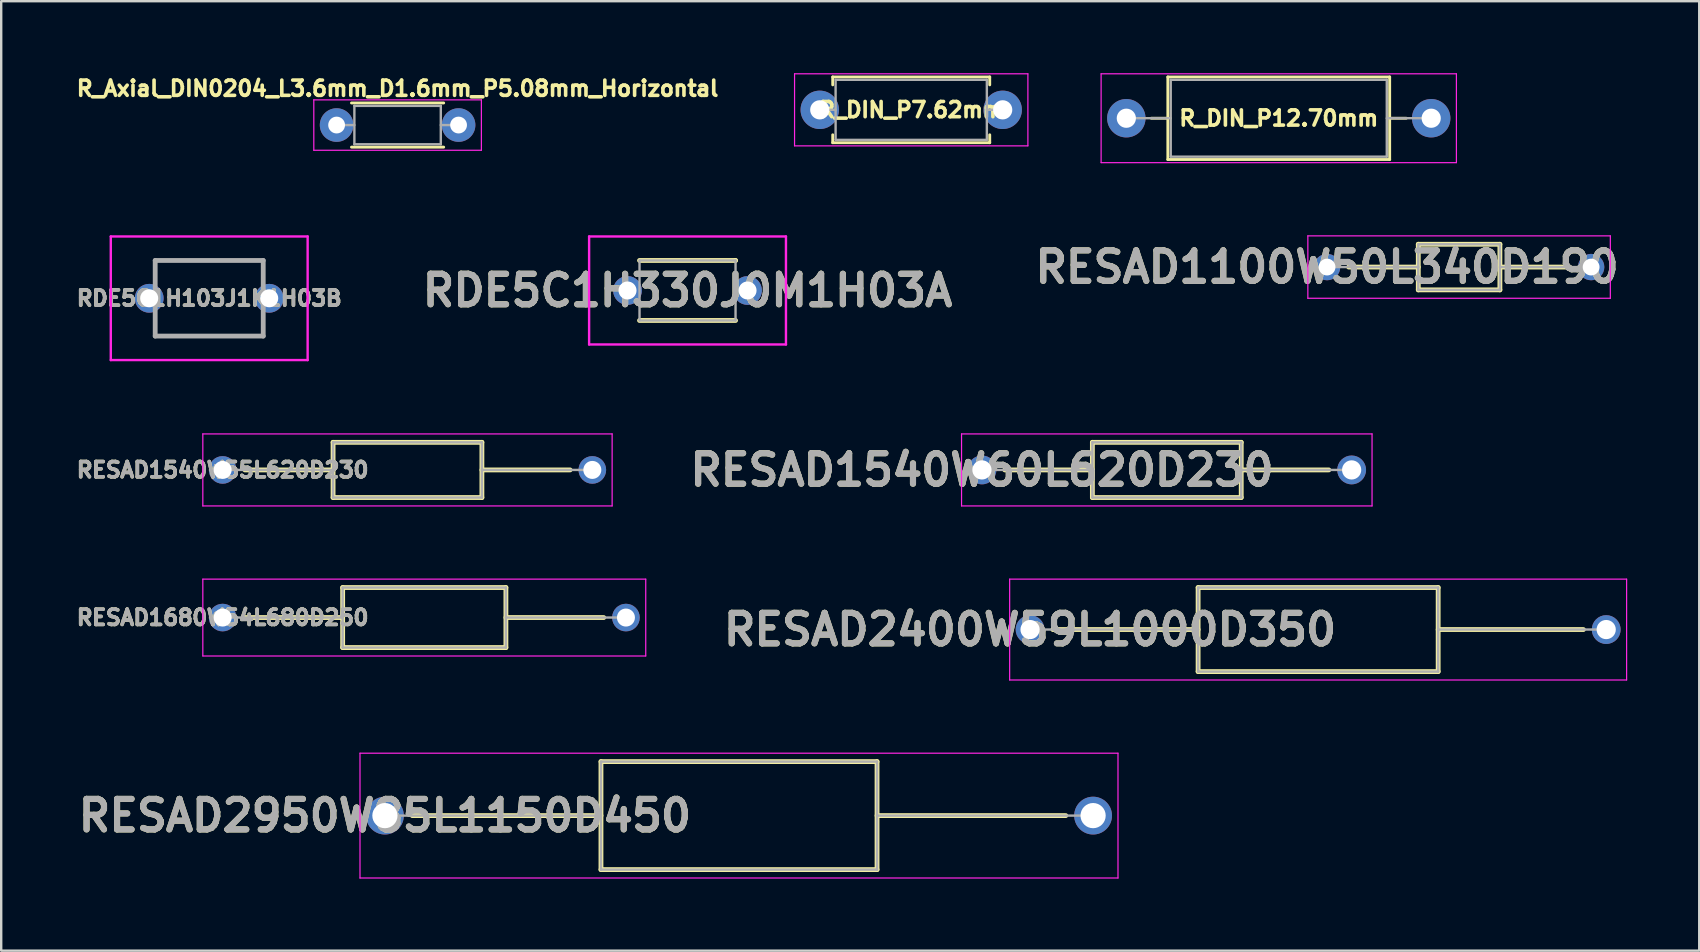
<source format=kicad_pcb>
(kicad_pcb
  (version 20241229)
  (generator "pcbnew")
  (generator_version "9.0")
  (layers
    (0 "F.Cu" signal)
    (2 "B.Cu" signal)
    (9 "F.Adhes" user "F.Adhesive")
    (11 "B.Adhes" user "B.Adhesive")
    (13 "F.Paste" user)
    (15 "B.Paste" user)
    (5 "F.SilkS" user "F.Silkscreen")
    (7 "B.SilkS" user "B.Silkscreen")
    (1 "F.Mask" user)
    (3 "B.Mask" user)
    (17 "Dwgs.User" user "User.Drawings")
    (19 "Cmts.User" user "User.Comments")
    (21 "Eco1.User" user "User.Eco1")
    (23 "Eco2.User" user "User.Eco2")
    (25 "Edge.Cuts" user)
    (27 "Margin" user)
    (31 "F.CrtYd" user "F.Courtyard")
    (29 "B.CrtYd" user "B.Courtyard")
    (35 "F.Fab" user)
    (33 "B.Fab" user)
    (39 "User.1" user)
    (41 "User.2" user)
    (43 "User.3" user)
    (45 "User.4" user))
  (footprint "R_Axial_DIN0204_L3.6mm_D1.6mm_P5.08mm_Horizontal"
    (layer "F.Cu")
    (at 10.972 2.159)
    (property "Reference" "R_Axial_DIN0204_L3.6mm_D1.6mm_P5.08mm_Horizontal" (at 2.54 -1.524 0) (layer "F.SilkS") (effects (font (size 0.635 0.635) (thickness 0.15))))
    (property "Value" "${Value}" (at 2.413 1.524 0) (layer "F.SilkS") (hide yes) (effects (font (size 0.635 0.635) (thickness 0.15))))
    (attr through_hole)
    (fp_line (start 0.62 -0.92) (end 4.46 -0.92) (stroke (width 0.12) (type solid)) (layer "F.SilkS"))
    (fp_line (start 0.62 0.92) (end 4.46 0.92) (stroke (width 0.12) (type solid)) (layer "F.SilkS"))
    (fp_line (start -0.95 -1.05) (end -0.95 1.05) (stroke (width 0.05) (type solid)) (layer "F.CrtYd"))
    (fp_line (start -0.95 1.05) (end 6.03 1.05) (stroke (width 0.05) (type solid)) (layer "F.CrtYd"))
    (fp_line (start 6.03 -1.05) (end -0.95 -1.05) (stroke (width 0.05) (type solid)) (layer "F.CrtYd"))
    (fp_line (start 6.03 1.05) (end 6.03 -1.05) (stroke (width 0.05) (type solid)) (layer "F.CrtYd"))
    (fp_line (start 0 0) (end 0.74 0) (stroke (width 0.1) (type solid)) (layer "F.Fab"))
    (fp_line (start 0.74 -0.8) (end 0.74 0.8) (stroke (width 0.1) (type solid)) (layer "F.Fab"))
    (fp_line (start 0.74 0.8) (end 4.34 0.8) (stroke (width 0.1) (type solid)) (layer "F.Fab"))
    (fp_line (start 4.34 -0.8) (end 0.74 -0.8) (stroke (width 0.1) (type solid)) (layer "F.Fab"))
    (fp_line (start 4.34 0.8) (end 4.34 -0.8) (stroke (width 0.1) (type solid)) (layer "F.Fab"))
    (fp_line (start 5.08 0) (end 4.34 0) (stroke (width 0.1) (type solid)) (layer "F.Fab"))
    (pad "1" thru_hole circle (at 0 0) (size 1.4 1.4) (drill 0.7) (layers "*.Cu" "*.Mask"))
    (pad "2" thru_hole oval (at 5.08 0) (size 1.4 1.4) (drill 0.7) (layers "*.Cu" "*.Mask")))
  (footprint "RDE5C1H330J0M1H03A"
    (layer "F.Cu")
    (at 23.09 9.05)
    (property "Reference" "RDE5C1H330J0M1H03A" (at 2.5 0 0) (layer "F.SilkS") (effects (font (size 1.27 1.27) (thickness 0.254))))
    (attr through_hole)
    (fp_line (start 0.5 -1.25) (end 4.5 -1.25) (stroke (width 0.2) (type solid)) (layer "F.SilkS"))
    (fp_line (start 0.5 1.25) (end 4.5 1.25) (stroke (width 0.2) (type solid)) (layer "F.SilkS"))
    (fp_line (start 4.5 -1.25) (end 4.5 -1.25) (stroke (width 0.2) (type solid)) (layer "F.SilkS"))
    (fp_line (start -1.6 -2.25) (end 6.6 -2.25) (stroke (width 0.1) (type solid)) (layer "F.CrtYd"))
    (fp_line (start -1.6 2.25) (end -1.6 -2.25) (stroke (width 0.1) (type solid)) (layer "F.CrtYd"))
    (fp_line (start 6.6 -2.25) (end 6.6 2.25) (stroke (width 0.1) (type solid)) (layer "F.CrtYd"))
    (fp_line (start 6.6 2.25) (end -1.6 2.25) (stroke (width 0.1) (type solid)) (layer "F.CrtYd"))
    (fp_line (start 0.5 -1.25) (end 4.5 -1.25) (stroke (width 0.1) (type solid)) (layer "F.Fab"))
    (fp_line (start 0.5 1.25) (end 0.5 -1.25) (stroke (width 0.1) (type solid)) (layer "F.Fab"))
    (fp_line (start 4.5 -1.25) (end 4.5 1.25) (stroke (width 0.1) (type solid)) (layer "F.Fab"))
    (fp_line (start 4.5 1.25) (end 0.5 1.25) (stroke (width 0.1) (type solid)) (layer "F.Fab"))
    (fp_text user "${REFERENCE}" (at 2.5 0 0) (layer "F.Fab") (effects (font (size 1.27 1.27) (thickness 0.254))))
    (pad "1" thru_hole circle (at 0 0) (size 1.2 1.2) (drill 0.75) (layers "*.Cu" "*.Mask"))
    (pad "2" thru_hole circle (at 5 0) (size 1.2 1.2) (drill 0.75) (layers "*.Cu" "*.Mask")))
  (footprint "RESAD1100W50L340D190"
    (layer "F.Cu")
    (at 52.23 8.075)
    (property "Reference" "RESAD1100W50L340D190" (at 0 0 0) (layer "F.SilkS") (effects (font (size 1.27 1.27) (thickness 0.254))))
    (attr through_hole)
    (fp_line (start 0.9 0) (end 3.8 0) (stroke (width 0.2) (type solid)) (layer "F.SilkS"))
    (fp_line (start 3.8 -0.95) (end 7.2 -0.95) (stroke (width 0.2) (type solid)) (layer "F.SilkS"))
    (fp_line (start 3.8 0.95) (end 3.8 -0.95) (stroke (width 0.2) (type solid)) (layer "F.SilkS"))
    (fp_line (start 7.2 -0.95) (end 7.2 0.95) (stroke (width 0.2) (type solid)) (layer "F.SilkS"))
    (fp_line (start 7.2 0) (end 10.1 0) (stroke (width 0.2) (type solid)) (layer "F.SilkS"))
    (fp_line (start 7.2 0.95) (end 3.8 0.95) (stroke (width 0.2) (type solid)) (layer "F.SilkS"))
    (fp_line (start -0.8 -1.3) (end 11.8 -1.3) (stroke (width 0.05) (type solid)) (layer "F.CrtYd"))
    (fp_line (start -0.8 1.3) (end -0.8 -1.3) (stroke (width 0.05) (type solid)) (layer "F.CrtYd"))
    (fp_line (start 11.8 -1.3) (end 11.8 1.3) (stroke (width 0.05) (type solid)) (layer "F.CrtYd"))
    (fp_line (start 11.8 1.3) (end -0.8 1.3) (stroke (width 0.05) (type solid)) (layer "F.CrtYd"))
    (fp_line (start 0 0) (end 3.8 0) (stroke (width 0.1) (type solid)) (layer "F.Fab"))
    (fp_line (start 3.8 -0.95) (end 7.2 -0.95) (stroke (width 0.1) (type solid)) (layer "F.Fab"))
    (fp_line (start 3.8 0.95) (end 3.8 -0.95) (stroke (width 0.1) (type solid)) (layer "F.Fab"))
    (fp_line (start 7.2 -0.95) (end 7.2 0.95) (stroke (width 0.1) (type solid)) (layer "F.Fab"))
    (fp_line (start 7.2 0) (end 11 0) (stroke (width 0.1) (type solid)) (layer "F.Fab"))
    (fp_line (start 7.2 0.95) (end 3.8 0.95) (stroke (width 0.1) (type solid)) (layer "F.Fab"))
    (fp_text user "${REFERENCE}" (at 0 0 0) (layer "F.Fab") (effects (font (size 1.27 1.27) (thickness 0.254))))
    (pad "1" thru_hole circle (at 0 0) (size 1.1 1.1) (drill 0.7) (layers "*.Cu" "*.Mask"))
    (pad "2" thru_hole circle (at 11 0) (size 1.1 1.1) (drill 0.7) (layers "*.Cu" "*.Mask")))
  (footprint "RESAD2400W59L1000D350"
    (layer "F.Cu")
    (at 39.858 23.175)
    (property "Reference" "RESAD2400W59L1000D350" (at 0 0 0) (layer "F.SilkS") (effects (font (size 1.27 1.27) (thickness 0.254))))
    (attr through_hole)
    (fp_line (start 0.95 0) (end 7 0) (stroke (width 0.2) (type solid)) (layer "F.SilkS"))
    (fp_line (start 7 -1.75) (end 17 -1.75) (stroke (width 0.2) (type solid)) (layer "F.SilkS"))
    (fp_line (start 7 1.75) (end 7 -1.75) (stroke (width 0.2) (type solid)) (layer "F.SilkS"))
    (fp_line (start 17 -1.75) (end 17 1.75) (stroke (width 0.2) (type solid)) (layer "F.SilkS"))
    (fp_line (start 17 0) (end 23.05 0) (stroke (width 0.2) (type solid)) (layer "F.SilkS"))
    (fp_line (start 17 1.75) (end 7 1.75) (stroke (width 0.2) (type solid)) (layer "F.SilkS"))
    (fp_line (start -0.85 -2.1) (end 24.85 -2.1) (stroke (width 0.05) (type solid)) (layer "F.CrtYd"))
    (fp_line (start -0.85 2.1) (end -0.85 -2.1) (stroke (width 0.05) (type solid)) (layer "F.CrtYd"))
    (fp_line (start 24.85 -2.1) (end 24.85 2.1) (stroke (width 0.05) (type solid)) (layer "F.CrtYd"))
    (fp_line (start 24.85 2.1) (end -0.85 2.1) (stroke (width 0.05) (type solid)) (layer "F.CrtYd"))
    (fp_line (start 0 0) (end 7 0) (stroke (width 0.1) (type solid)) (layer "F.Fab"))
    (fp_line (start 7 -1.75) (end 17 -1.75) (stroke (width 0.1) (type solid)) (layer "F.Fab"))
    (fp_line (start 7 1.75) (end 7 -1.75) (stroke (width 0.1) (type solid)) (layer "F.Fab"))
    (fp_line (start 17 -1.75) (end 17 1.75) (stroke (width 0.1) (type solid)) (layer "F.Fab"))
    (fp_line (start 17 0) (end 24 0) (stroke (width 0.1) (type solid)) (layer "F.Fab"))
    (fp_line (start 17 1.75) (end 7 1.75) (stroke (width 0.1) (type solid)) (layer "F.Fab"))
    (fp_text user "${REFERENCE}" (at 0 0 0) (layer "F.Fab") (effects (font (size 1.27 1.27) (thickness 0.254))))
    (pad "1" thru_hole circle (at 0 0) (size 1.2 1.2) (drill 0.8) (layers "*.Cu" "*.Mask"))
    (pad "2" thru_hole circle (at 24 0) (size 1.2 1.2) (drill 0.8) (layers "*.Cu" "*.Mask")))
  (footprint "R_DIN_P12.70mm"
    (layer "F.Cu")
    (at 43.868 1.875)
    (property "Reference" "R_DIN_P12.70mm" (at 6.35 0 0) (layer "F.SilkS") (effects (font (size 0.635 0.635) (thickness 0.15))))
    (attr through_hole)
    (fp_line (start 1.04 0) (end 1.73 0) (stroke (width 0.12) (type solid)) (layer "F.SilkS"))
    (fp_line (start 1.73 -1.72) (end 1.73 1.72) (stroke (width 0.12) (type solid)) (layer "F.SilkS"))
    (fp_line (start 1.73 1.72) (end 10.97 1.72) (stroke (width 0.12) (type solid)) (layer "F.SilkS"))
    (fp_line (start 10.97 -1.72) (end 1.73 -1.72) (stroke (width 0.12) (type solid)) (layer "F.SilkS"))
    (fp_line (start 10.97 1.72) (end 10.97 -1.72) (stroke (width 0.12) (type solid)) (layer "F.SilkS"))
    (fp_line (start 11.66 0) (end 10.97 0) (stroke (width 0.12) (type solid)) (layer "F.SilkS"))
    (fp_line (start -1.05 -1.85) (end -1.05 1.85) (stroke (width 0.05) (type solid)) (layer "F.CrtYd"))
    (fp_line (start -1.05 1.85) (end 13.75 1.85) (stroke (width 0.05) (type solid)) (layer "F.CrtYd"))
    (fp_line (start 13.75 -1.85) (end -1.05 -1.85) (stroke (width 0.05) (type solid)) (layer "F.CrtYd"))
    (fp_line (start 13.75 1.85) (end 13.75 -1.85) (stroke (width 0.05) (type solid)) (layer "F.CrtYd"))
    (fp_line (start 0 0) (end 1.85 0) (stroke (width 0.1) (type solid)) (layer "F.Fab"))
    (fp_line (start 1.85 -1.6) (end 1.85 1.6) (stroke (width 0.1) (type solid)) (layer "F.Fab"))
    (fp_line (start 1.85 1.6) (end 10.85 1.6) (stroke (width 0.1) (type solid)) (layer "F.Fab"))
    (fp_line (start 10.85 -1.6) (end 1.85 -1.6) (stroke (width 0.1) (type solid)) (layer "F.Fab"))
    (fp_line (start 10.85 1.6) (end 10.85 -1.6) (stroke (width 0.1) (type solid)) (layer "F.Fab"))
    (fp_line (start 12.7 0) (end 10.85 0) (stroke (width 0.1) (type solid)) (layer "F.Fab"))
    (pad "1" thru_hole circle (at 0 0) (size 1.6 1.6) (drill 0.8) (layers "*.Cu" "*.Mask"))
    (pad "2" thru_hole oval (at 12.7 0) (size 1.6 1.6) (drill 0.8) (layers "*.Cu" "*.Mask")))
  (footprint "R_DIN_P7.62mm"
    (layer "F.Cu")
    (at 31.098 1.525)
    (property "Reference" "R_DIN_P7.62mm" (at 3.81 0 0) (layer "F.SilkS") (effects (font (size 0.635 0.635) (thickness 0.15))))
    (attr through_hole)
    (fp_line (start 0.54 -1.37) (end 7.08 -1.37) (stroke (width 0.12) (type solid)) (layer "F.SilkS"))
    (fp_line (start 0.54 -1.04) (end 0.54 -1.37) (stroke (width 0.12) (type solid)) (layer "F.SilkS"))
    (fp_line (start 0.54 1.04) (end 0.54 1.37) (stroke (width 0.12) (type solid)) (layer "F.SilkS"))
    (fp_line (start 0.54 1.37) (end 7.08 1.37) (stroke (width 0.12) (type solid)) (layer "F.SilkS"))
    (fp_line (start 7.08 -1.37) (end 7.08 -1.04) (stroke (width 0.12) (type solid)) (layer "F.SilkS"))
    (fp_line (start 7.08 1.37) (end 7.08 1.04) (stroke (width 0.12) (type solid)) (layer "F.SilkS"))
    (fp_line (start -1.05 -1.5) (end -1.05 1.5) (stroke (width 0.05) (type solid)) (layer "F.CrtYd"))
    (fp_line (start -1.05 1.5) (end 8.67 1.5) (stroke (width 0.05) (type solid)) (layer "F.CrtYd"))
    (fp_line (start 8.67 -1.5) (end -1.05 -1.5) (stroke (width 0.05) (type solid)) (layer "F.CrtYd"))
    (fp_line (start 8.67 1.5) (end 8.67 -1.5) (stroke (width 0.05) (type solid)) (layer "F.CrtYd"))
    (fp_line (start 0 0) (end 0.66 0) (stroke (width 0.1) (type solid)) (layer "F.Fab"))
    (fp_line (start 0.66 -1.25) (end 0.66 1.25) (stroke (width 0.1) (type solid)) (layer "F.Fab"))
    (fp_line (start 0.66 1.25) (end 6.96 1.25) (stroke (width 0.1) (type solid)) (layer "F.Fab"))
    (fp_line (start 6.96 -1.25) (end 0.66 -1.25) (stroke (width 0.1) (type solid)) (layer "F.Fab"))
    (fp_line (start 6.96 1.25) (end 6.96 -1.25) (stroke (width 0.1) (type solid)) (layer "F.Fab"))
    (fp_line (start 7.62 0) (end 6.96 0) (stroke (width 0.1) (type solid)) (layer "F.Fab"))
    (pad "1" thru_hole circle (at 0 0) (size 1.6 1.6) (drill 0.8) (layers "*.Cu" "*.Mask"))
    (pad "2" thru_hole oval (at 7.62 0) (size 1.6 1.6) (drill 0.8) (layers "*.Cu" "*.Mask")))
  (footprint "RDE5C1H103J1K1H03B"
    (layer "F.Cu")
    (at 3.165 9.375)
    (property "Reference" "RDE5C1H103J1K1H03B" (at 2.5 0 0) (layer "F.SilkS") (effects (font (size 0.635 0.635) (thickness 0.15))))
    (attr through_hole)
    (fp_line (start 0.25 -1.575) (end 4.75 -1.575) (stroke (width 0.1) (type solid)) (layer "F.SilkS"))
    (fp_line (start 0.25 1.575) (end 4.75 1.575) (stroke (width 0.1) (type solid)) (layer "F.SilkS"))
    (fp_line (start -1.6 -2.575) (end 6.6 -2.575) (stroke (width 0.1) (type solid)) (layer "F.CrtYd"))
    (fp_line (start -1.6 2.575) (end -1.6 -2.575) (stroke (width 0.1) (type solid)) (layer "F.CrtYd"))
    (fp_line (start 6.6 -2.575) (end 6.6 2.575) (stroke (width 0.1) (type solid)) (layer "F.CrtYd"))
    (fp_line (start 6.6 2.575) (end -1.6 2.575) (stroke (width 0.1) (type solid)) (layer "F.CrtYd"))
    (fp_line (start 0.25 -1.575) (end 4.75 -1.575) (stroke (width 0.2) (type solid)) (layer "F.Fab"))
    (fp_line (start 0.25 1.575) (end 0.25 -1.575) (stroke (width 0.2) (type solid)) (layer "F.Fab"))
    (fp_line (start 4.75 -1.575) (end 4.75 1.575) (stroke (width 0.2) (type solid)) (layer "F.Fab"))
    (fp_line (start 4.75 1.575) (end 0.25 1.575) (stroke (width 0.2) (type solid)) (layer "F.Fab"))
    (fp_text user "${REFERENCE}" (at 2.5 0 0) (layer "F.Fab") (effects (font (size 0.635 0.635) (thickness 0.15))))
    (pad "1" thru_hole circle (at 0 0) (size 1.2 1.2) (drill 0.75) (layers "*.Cu" "*.Mask"))
    (pad "2" thru_hole circle (at 5 0) (size 1.2 1.2) (drill 0.75) (layers "*.Cu" "*.Mask")))
  (footprint "RESAD1540W60L620D230"
    (layer "F.Cu")
    (at 37.854 16.525)
    (property "Reference" "RESAD1540W60L620D230" (at 0 0 0) (layer "F.SilkS") (effects (font (size 1.27 1.27) (thickness 0.254))))
    (attr through_hole)
    (fp_line (start 0.95 0) (end 4.6 0) (stroke (width 0.2) (type solid)) (layer "F.SilkS"))
    (fp_line (start 4.6 -1.15) (end 10.8 -1.15) (stroke (width 0.2) (type solid)) (layer "F.SilkS"))
    (fp_line (start 4.6 1.15) (end 4.6 -1.15) (stroke (width 0.2) (type solid)) (layer "F.SilkS"))
    (fp_line (start 10.8 -1.15) (end 10.8 1.15) (stroke (width 0.2) (type solid)) (layer "F.SilkS"))
    (fp_line (start 10.8 0) (end 14.45 0) (stroke (width 0.2) (type solid)) (layer "F.SilkS"))
    (fp_line (start 10.8 1.15) (end 4.6 1.15) (stroke (width 0.2) (type solid)) (layer "F.SilkS"))
    (fp_line (start -0.85 -1.5) (end 16.25 -1.5) (stroke (width 0.05) (type solid)) (layer "F.CrtYd"))
    (fp_line (start -0.85 1.5) (end -0.85 -1.5) (stroke (width 0.05) (type solid)) (layer "F.CrtYd"))
    (fp_line (start 16.25 -1.5) (end 16.25 1.5) (stroke (width 0.05) (type solid)) (layer "F.CrtYd"))
    (fp_line (start 16.25 1.5) (end -0.85 1.5) (stroke (width 0.05) (type solid)) (layer "F.CrtYd"))
    (fp_line (start 0 0) (end 4.6 0) (stroke (width 0.1) (type solid)) (layer "F.Fab"))
    (fp_line (start 4.6 -1.15) (end 10.8 -1.15) (stroke (width 0.1) (type solid)) (layer "F.Fab"))
    (fp_line (start 4.6 1.15) (end 4.6 -1.15) (stroke (width 0.1) (type solid)) (layer "F.Fab"))
    (fp_line (start 10.8 -1.15) (end 10.8 1.15) (stroke (width 0.1) (type solid)) (layer "F.Fab"))
    (fp_line (start 10.8 0) (end 15.4 0) (stroke (width 0.1) (type solid)) (layer "F.Fab"))
    (fp_line (start 10.8 1.15) (end 4.6 1.15) (stroke (width 0.1) (type solid)) (layer "F.Fab"))
    (fp_text user "${REFERENCE}" (at 0 0 0) (layer "F.Fab") (effects (font (size 1.27 1.27) (thickness 0.254))))
    (pad "1" thru_hole circle (at 0 0) (size 1.2 1.2) (drill 0.8) (layers "*.Cu" "*.Mask"))
    (pad "2" thru_hole circle (at 15.4 0) (size 1.2 1.2) (drill 0.8) (layers "*.Cu" "*.Mask")))
  (footprint "RESAD1680W54L680D250"
    (layer "F.Cu")
    (at 6.224 22.675)
    (property "Reference" "RESAD1680W54L680D250" (at 0 0 0) (layer "F.SilkS") (effects (font (size 0.635 0.635) (thickness 0.15))))
    (attr through_hole)
    (fp_line (start 0.925 0) (end 5 0) (stroke (width 0.2) (type solid)) (layer "F.SilkS"))
    (fp_line (start 5 -1.25) (end 11.8 -1.25) (stroke (width 0.2) (type solid)) (layer "F.SilkS"))
    (fp_line (start 5 1.25) (end 5 -1.25) (stroke (width 0.2) (type solid)) (layer "F.SilkS"))
    (fp_line (start 11.8 -1.25) (end 11.8 1.25) (stroke (width 0.2) (type solid)) (layer "F.SilkS"))
    (fp_line (start 11.8 0) (end 15.875 0) (stroke (width 0.2) (type solid)) (layer "F.SilkS"))
    (fp_line (start 11.8 1.25) (end 5 1.25) (stroke (width 0.2) (type solid)) (layer "F.SilkS"))
    (fp_line (start -0.825 -1.6) (end 17.625 -1.6) (stroke (width 0.05) (type solid)) (layer "F.CrtYd"))
    (fp_line (start -0.825 1.6) (end -0.825 -1.6) (stroke (width 0.05) (type solid)) (layer "F.CrtYd"))
    (fp_line (start 17.625 -1.6) (end 17.625 1.6) (stroke (width 0.05) (type solid)) (layer "F.CrtYd"))
    (fp_line (start 17.625 1.6) (end -0.825 1.6) (stroke (width 0.05) (type solid)) (layer "F.CrtYd"))
    (fp_line (start 0 0) (end 5 0) (stroke (width 0.1) (type solid)) (layer "F.Fab"))
    (fp_line (start 5 -1.25) (end 11.8 -1.25) (stroke (width 0.1) (type solid)) (layer "F.Fab"))
    (fp_line (start 5 1.25) (end 5 -1.25) (stroke (width 0.1) (type solid)) (layer "F.Fab"))
    (fp_line (start 11.8 -1.25) (end 11.8 1.25) (stroke (width 0.1) (type solid)) (layer "F.Fab"))
    (fp_line (start 11.8 0) (end 16.8 0) (stroke (width 0.1) (type solid)) (layer "F.Fab"))
    (fp_line (start 11.8 1.25) (end 5 1.25) (stroke (width 0.1) (type solid)) (layer "F.Fab"))
    (fp_text user "${REFERENCE}" (at 0 0 0) (layer "F.Fab") (effects (font (size 0.635 0.635) (thickness 0.15))))
    (pad "1" thru_hole circle (at 0 0) (size 1.15 1.15) (drill 0.75) (layers "*.Cu" "*.Mask"))
    (pad "2" thru_hole circle (at 16.8 0) (size 1.15 1.15) (drill 0.75) (layers "*.Cu" "*.Mask")))
  (footprint "RESAD2950W85L1150D450"
    (layer "F.Cu")
    (at 12.984 30.925)
    (property "Reference" "RESAD2950W85L1150D450" (at 0 0 0) (layer "F.SilkS") (effects (font (size 1.27 1.27) (thickness 0.254))))
    (attr through_hole)
    (fp_line (start 1.138 0) (end 9 0) (stroke (width 0.2) (type solid)) (layer "F.SilkS"))
    (fp_line (start 9 -2.25) (end 20.5 -2.25) (stroke (width 0.2) (type solid)) (layer "F.SilkS"))
    (fp_line (start 9 2.25) (end 9 -2.25) (stroke (width 0.2) (type solid)) (layer "F.SilkS"))
    (fp_line (start 20.5 -2.25) (end 20.5 2.25) (stroke (width 0.2) (type solid)) (layer "F.SilkS"))
    (fp_line (start 20.5 0) (end 28.362 0) (stroke (width 0.2) (type solid)) (layer "F.SilkS"))
    (fp_line (start 20.5 2.25) (end 9 2.25) (stroke (width 0.2) (type solid)) (layer "F.SilkS"))
    (fp_line (start -1.038 -2.6) (end 30.537 -2.6) (stroke (width 0.05) (type solid)) (layer "F.CrtYd"))
    (fp_line (start -1.038 2.6) (end -1.038 -2.6) (stroke (width 0.05) (type solid)) (layer "F.CrtYd"))
    (fp_line (start 30.537 -2.6) (end 30.537 2.6) (stroke (width 0.05) (type solid)) (layer "F.CrtYd"))
    (fp_line (start 30.537 2.6) (end -1.038 2.6) (stroke (width 0.05) (type solid)) (layer "F.CrtYd"))
    (fp_line (start 0 0) (end 9 0) (stroke (width 0.1) (type solid)) (layer "F.Fab"))
    (fp_line (start 9 -2.25) (end 20.5 -2.25) (stroke (width 0.1) (type solid)) (layer "F.Fab"))
    (fp_line (start 9 2.25) (end 9 -2.25) (stroke (width 0.1) (type solid)) (layer "F.Fab"))
    (fp_line (start 20.5 -2.25) (end 20.5 2.25) (stroke (width 0.1) (type solid)) (layer "F.Fab"))
    (fp_line (start 20.5 0) (end 29.5 0) (stroke (width 0.1) (type solid)) (layer "F.Fab"))
    (fp_line (start 20.5 2.25) (end 9 2.25) (stroke (width 0.1) (type solid)) (layer "F.Fab"))
    (fp_text user "${REFERENCE}" (at 0 0 0) (layer "F.Fab") (effects (font (size 1.27 1.27) (thickness 0.254))))
    (pad "1" thru_hole circle (at 0 0) (size 1.575 1.575) (drill 1.05) (layers "*.Cu" "*.Mask"))
    (pad "2" thru_hole circle (at 29.5 0) (size 1.575 1.575) (drill 1.05) (layers "*.Cu" "*.Mask")))
  (footprint "RESAD1540W55L620D230"
    (layer "F.Cu")
    (at 6.224 16.525)
    (property "Reference" "RESAD1540W55L620D230" (at 0 0 0) (layer "F.SilkS") (effects (font (size 0.635 0.635) (thickness 0.15))))
    (attr through_hole)
    (fp_line (start 0.925 0) (end 4.6 0) (stroke (width 0.2) (type solid)) (layer "F.SilkS"))
    (fp_line (start 4.6 -1.15) (end 10.8 -1.15) (stroke (width 0.2) (type solid)) (layer "F.SilkS"))
    (fp_line (start 4.6 1.15) (end 4.6 -1.15) (stroke (width 0.2) (type solid)) (layer "F.SilkS"))
    (fp_line (start 10.8 -1.15) (end 10.8 1.15) (stroke (width 0.2) (type solid)) (layer "F.SilkS"))
    (fp_line (start 10.8 0) (end 14.475 0) (stroke (width 0.2) (type solid)) (layer "F.SilkS"))
    (fp_line (start 10.8 1.15) (end 4.6 1.15) (stroke (width 0.2) (type solid)) (layer "F.SilkS"))
    (fp_line (start -0.825 -1.5) (end 16.225 -1.5) (stroke (width 0.05) (type solid)) (layer "F.CrtYd"))
    (fp_line (start -0.825 1.5) (end -0.825 -1.5) (stroke (width 0.05) (type solid)) (layer "F.CrtYd"))
    (fp_line (start 16.225 -1.5) (end 16.225 1.5) (stroke (width 0.05) (type solid)) (layer "F.CrtYd"))
    (fp_line (start 16.225 1.5) (end -0.825 1.5) (stroke (width 0.05) (type solid)) (layer "F.CrtYd"))
    (fp_line (start 0 0) (end 4.6 0) (stroke (width 0.1) (type solid)) (layer "F.Fab"))
    (fp_line (start 4.6 -1.15) (end 10.8 -1.15) (stroke (width 0.1) (type solid)) (layer "F.Fab"))
    (fp_line (start 4.6 1.15) (end 4.6 -1.15) (stroke (width 0.1) (type solid)) (layer "F.Fab"))
    (fp_line (start 10.8 -1.15) (end 10.8 1.15) (stroke (width 0.1) (type solid)) (layer "F.Fab"))
    (fp_line (start 10.8 0) (end 15.4 0) (stroke (width 0.1) (type solid)) (layer "F.Fab"))
    (fp_line (start 10.8 1.15) (end 4.6 1.15) (stroke (width 0.1) (type solid)) (layer "F.Fab"))
    (fp_text user "${REFERENCE}" (at 0 0 0) (layer "F.Fab") (effects (font (size 0.635 0.635) (thickness 0.15))))
    (pad "1" thru_hole circle (at 0 0) (size 1.15 1.15) (drill 0.75) (layers "*.Cu" "*.Mask"))
    (pad "2" thru_hole circle (at 15.4 0) (size 1.15 1.15) (drill 0.75) (layers "*.Cu" "*.Mask")))
  (gr_rect
    (start -3 -3)
    (end 67.733 36.55)
    (stroke (width 0.1) (type default))
    (fill no)
    (layer "Edge.Cuts")))
</source>
